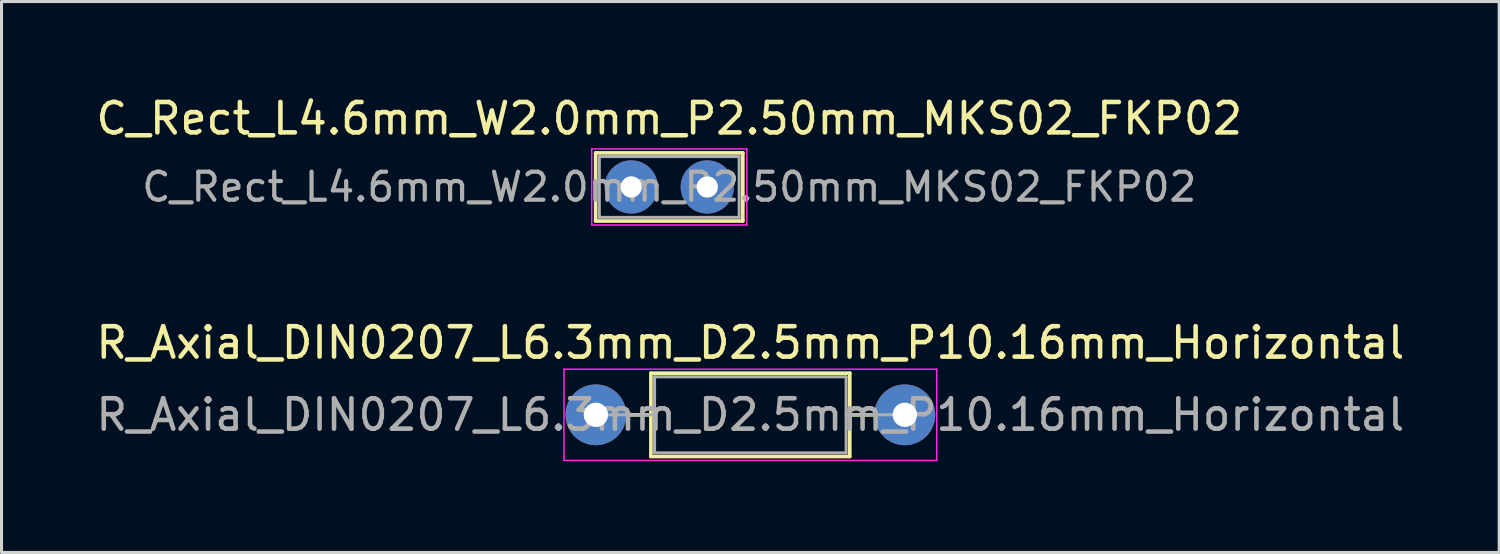
<source format=kicad_pcb>
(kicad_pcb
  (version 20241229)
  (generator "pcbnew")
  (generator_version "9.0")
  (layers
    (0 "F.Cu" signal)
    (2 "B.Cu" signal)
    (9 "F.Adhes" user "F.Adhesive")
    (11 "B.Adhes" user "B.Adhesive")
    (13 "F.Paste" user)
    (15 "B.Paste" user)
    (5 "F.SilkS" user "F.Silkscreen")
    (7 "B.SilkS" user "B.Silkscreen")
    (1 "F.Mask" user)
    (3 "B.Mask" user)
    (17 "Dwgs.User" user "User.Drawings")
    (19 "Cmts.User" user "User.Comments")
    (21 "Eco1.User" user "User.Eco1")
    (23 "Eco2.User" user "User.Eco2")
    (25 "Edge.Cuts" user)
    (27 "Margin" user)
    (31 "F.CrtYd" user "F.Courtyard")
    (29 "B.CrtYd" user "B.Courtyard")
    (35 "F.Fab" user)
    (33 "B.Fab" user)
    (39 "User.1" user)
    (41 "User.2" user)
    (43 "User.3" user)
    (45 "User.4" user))
  (footprint "R_Axial_DIN0207_L6.3mm_D2.5mm_P10.16mm_Horizontal"
    (layer "F.Cu")
    (at 16.545 10.591)
    (property "Reference" "R_Axial_DIN0207_L6.3mm_D2.5mm_P10.16mm_Horizontal" (at 5.08 -2.37 180) (layer "F.SilkS") (effects (font (size 1 1) (thickness 0.15))))
    (attr through_hole)
    (fp_line (start 1.04 0) (end 1.81 0) (stroke (width 0.12) (type solid)) (layer "F.SilkS"))
    (fp_line (start 1.81 -1.37) (end 1.81 1.37) (stroke (width 0.12) (type solid)) (layer "F.SilkS"))
    (fp_line (start 1.81 1.37) (end 8.35 1.37) (stroke (width 0.12) (type solid)) (layer "F.SilkS"))
    (fp_line (start 8.35 -1.37) (end 1.81 -1.37) (stroke (width 0.12) (type solid)) (layer "F.SilkS"))
    (fp_line (start 8.35 1.37) (end 8.35 -1.37) (stroke (width 0.12) (type solid)) (layer "F.SilkS"))
    (fp_line (start 9.12 0) (end 8.35 0) (stroke (width 0.12) (type solid)) (layer "F.SilkS"))
    (fp_line (start -1.05 -1.5) (end -1.05 1.5) (stroke (width 0.05) (type solid)) (layer "F.CrtYd"))
    (fp_line (start -1.05 1.5) (end 11.21 1.5) (stroke (width 0.05) (type solid)) (layer "F.CrtYd"))
    (fp_line (start 11.21 -1.5) (end -1.05 -1.5) (stroke (width 0.05) (type solid)) (layer "F.CrtYd"))
    (fp_line (start 11.21 1.5) (end 11.21 -1.5) (stroke (width 0.05) (type solid)) (layer "F.CrtYd"))
    (fp_line (start 0 0) (end 1.93 0) (stroke (width 0.1) (type solid)) (layer "F.Fab"))
    (fp_line (start 1.93 -1.25) (end 1.93 1.25) (stroke (width 0.1) (type solid)) (layer "F.Fab"))
    (fp_line (start 1.93 1.25) (end 8.23 1.25) (stroke (width 0.1) (type solid)) (layer "F.Fab"))
    (fp_line (start 8.23 -1.25) (end 1.93 -1.25) (stroke (width 0.1) (type solid)) (layer "F.Fab"))
    (fp_line (start 8.23 1.25) (end 8.23 -1.25) (stroke (width 0.1) (type solid)) (layer "F.Fab"))
    (fp_line (start 10.16 0) (end 8.23 0) (stroke (width 0.1) (type solid)) (layer "F.Fab"))
    (fp_text user "${REFERENCE}" (at 5.08 0 180) (layer "F.Fab") (effects (font (size 1 1) (thickness 0.15))))
    (pad "1" thru_hole circle (at 0 0) (size 2 2) (drill 0.8) (layers "*.Cu" "*.Mask"))
    (pad "2" thru_hole circle (at 10.16 0) (size 2 2) (drill 0.8) (layers "*.Cu" "*.Mask")))
  (footprint "C_Rect_L4.6mm_W2.0mm_P2.50mm_MKS02_FKP02"
    (layer "F.Cu")
    (at 17.708 3.098)
    (property "Reference" "C_Rect_L4.6mm_W2.0mm_P2.50mm_MKS02_FKP02" (at 1.25 -2.25 180) (layer "F.SilkS") (effects (font (size 1 1) (thickness 0.15))))
    (attr through_hole)
    (fp_line (start -1.17 -1.12) (end -1.17 1.12) (stroke (width 0.12) (type solid)) (layer "F.SilkS"))
    (fp_line (start -1.17 -1.12) (end 3.67 -1.12) (stroke (width 0.12) (type solid)) (layer "F.SilkS"))
    (fp_line (start -1.17 1.12) (end 3.67 1.12) (stroke (width 0.12) (type solid)) (layer "F.SilkS"))
    (fp_line (start 3.67 -1.12) (end 3.67 1.12) (stroke (width 0.12) (type solid)) (layer "F.SilkS"))
    (fp_line (start -1.3 -1.25) (end -1.3 1.25) (stroke (width 0.05) (type solid)) (layer "F.CrtYd"))
    (fp_line (start -1.3 1.25) (end 3.8 1.25) (stroke (width 0.05) (type solid)) (layer "F.CrtYd"))
    (fp_line (start 3.8 -1.25) (end -1.3 -1.25) (stroke (width 0.05) (type solid)) (layer "F.CrtYd"))
    (fp_line (start 3.8 1.25) (end 3.8 -1.25) (stroke (width 0.05) (type solid)) (layer "F.CrtYd"))
    (fp_line (start -1.05 -1) (end -1.05 1) (stroke (width 0.1) (type solid)) (layer "F.Fab"))
    (fp_line (start -1.05 1) (end 3.55 1) (stroke (width 0.1) (type solid)) (layer "F.Fab"))
    (fp_line (start 3.55 -1) (end -1.05 -1) (stroke (width 0.1) (type solid)) (layer "F.Fab"))
    (fp_line (start 3.55 1) (end 3.55 -1) (stroke (width 0.1) (type solid)) (layer "F.Fab"))
    (fp_text user "${REFERENCE}" (at 1.25 0 180) (layer "F.Fab") (effects (font (size 0.92 0.92) (thickness 0.138))))
    (pad "1" thru_hole circle (at 0 0) (size 1.75 1.75) (drill 0.7) (layers "*.Cu" "*.Mask"))
    (pad "2" thru_hole circle (at 2.5 0) (size 1.75 1.75) (drill 0.7) (layers "*.Cu" "*.Mask")))
  (gr_rect
    (start -3 -3)
    (end 46.25 15.117)
    (stroke (width 0.1) (type default))
    (fill no)
    (layer "Edge.Cuts")))
</source>
